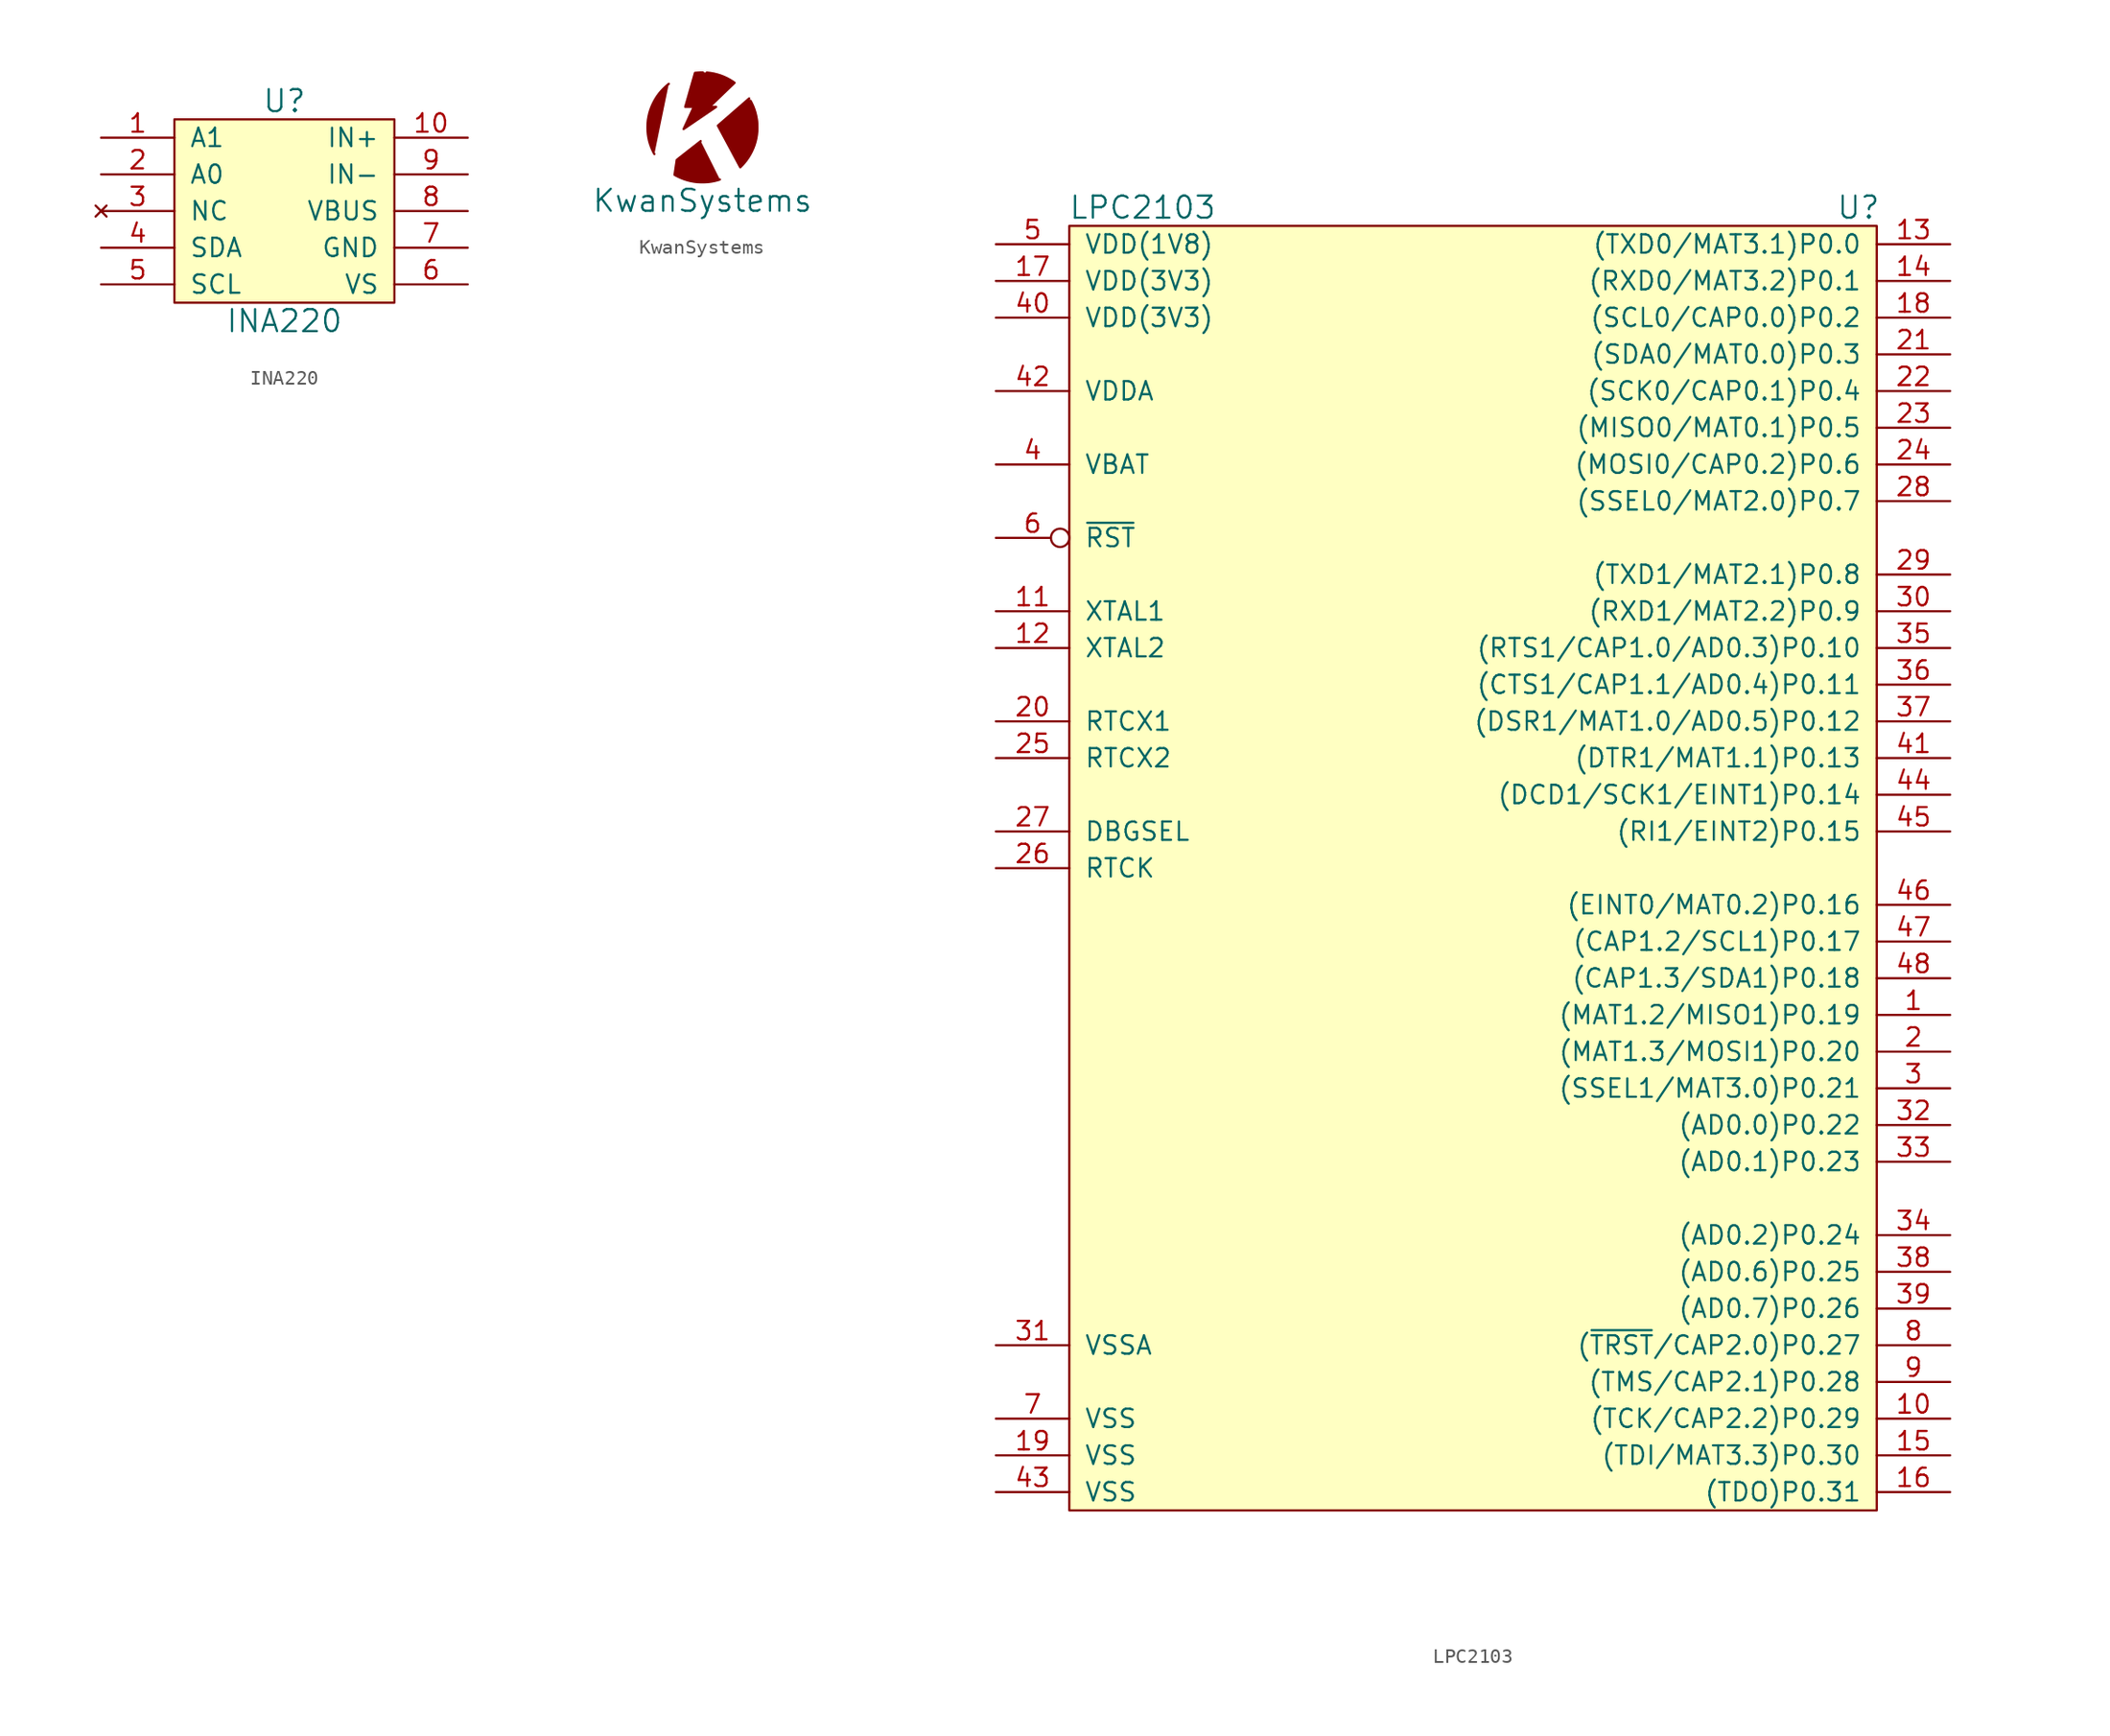
<source format=kicad_sym>
(kicad_symbol_lib
  (version 20211014)
  (generator kicad_symbol_editor)
  (symbol "INA220"
    (pin_names
      (offset 1.016))
    (property "Reference" "U"
      (at 0 7.62 0)
      (effects (font (size 1.524 1.524))))
    (property "Value" "INA220"
      (at 0 -7.62 0)
      (effects (font (size 1.524 1.524))))
    (symbol "INA220_0_1"
      (rectangle (start -7.62 6.35) (end 7.62 -6.35) (stroke (width 0) (type default) (color 0 0 0 0)) (fill (type background))))
    (symbol "INA220_1_1"
      (pin input line (at -12.7 5.08 0) (length 5.08) (name "A1" (effects (font (size 1.27 1.27)))) (number "1" (effects (font (size 1.27 1.27)))))
      (pin passive line (at 12.7 5.08 180) (length 5.08) (name "IN+" (effects (font (size 1.27 1.27)))) (number "10" (effects (font (size 1.27 1.27)))))
      (pin input line (at -12.7 2.54 0) (length 5.08) (name "A0" (effects (font (size 1.27 1.27)))) (number "2" (effects (font (size 1.27 1.27)))))
      (pin no_connect line (at -12.7 0 0) (length 5.08) (name "NC" (effects (font (size 1.27 1.27)))) (number "3" (effects (font (size 1.27 1.27)))))
      (pin bidirectional line (at -12.7 -2.54 0) (length 5.08) (name "SDA" (effects (font (size 1.27 1.27)))) (number "4" (effects (font (size 1.27 1.27)))))
      (pin bidirectional line (at -12.7 -5.08 0) (length 5.08) (name "SCL" (effects (font (size 1.27 1.27)))) (number "5" (effects (font (size 1.27 1.27)))))
      (pin power_in line (at 12.7 -5.08 180) (length 5.08) (name "VS" (effects (font (size 1.27 1.27)))) (number "6" (effects (font (size 1.27 1.27)))))
      (pin power_in line (at 12.7 -2.54 180) (length 5.08) (name "GND" (effects (font (size 1.27 1.27)))) (number "7" (effects (font (size 1.27 1.27)))))
      (pin passive line (at 12.7 0 180) (length 5.08) (name "VBUS" (effects (font (size 1.27 1.27)))) (number "8" (effects (font (size 1.27 1.27)))))
      (pin passive line (at 12.7 2.54 180) (length 5.08) (name "IN-" (effects (font (size 1.27 1.27)))) (number "9" (effects (font (size 1.27 1.27)))))))
  (symbol "KwanSystems"
    (pin_names
      (offset 1.016))
    (property "Reference" "G"
      (at 0 0 0)
      (effects (font (size 1.524 1.524)) hide))
    (property "Value" "KwanSystems"
      (at 0 -5.08 0)
      (effects (font (size 1.524 1.524))))
    (symbol "KwanSystems_0_1"
      (polyline (pts (xy 0.302 3.803) (xy 0.546 3.774) (xy 0.785 3.732) (xy 1.019 3.675) (xy 1.248 3.604) (xy 1.471 3.519) (xy 1.689 3.42) (xy 1.901 3.306) (xy 2.108 3.178) (xy 2.231 3.09) (xy 0.492 1.42) (xy 0.951 1.42) (xy -1.31 -0.12) (xy -0.599 1.42) (xy -1.194 1.42) (xy -0.519 3.78) (xy -0.389 3.793) (xy -0.181 3.806) (xy 0.033 3.811)) (stroke (width 0) (type default) (color 0 0 0 0)) (fill (type outline)))
      (polyline (pts (xy 1.212 -3.611) (xy 1.181 -3.627) (xy 1.12 -3.645) (xy 1.052 -3.666) (xy 0.846 -3.719) (xy 0.635 -3.76) (xy 0.416 -3.791) (xy 0.328 -3.799) (xy 0.123 -3.808) (xy 0.041 -3.809) (xy -0.044 -3.809) (xy -0.127 -3.808) (xy -0.339 -3.799) (xy -0.58 -3.769) (xy -0.816 -3.726) (xy -1.048 -3.667) (xy -1.275 -3.594) (xy -1.499 -3.506) (xy -1.66 -3.433) (xy -1.837 -3.343) (xy -1.934 -3.288) (xy -1.78 -2.25) (xy -0.12 -0.95)) (stroke (width 0) (type default) (color 0 0 0 0)) (fill (type outline)))
      (polyline (pts (xy -3.33 -1.85) (xy -3.404 -1.722) (xy -3.501 -1.511) (xy -3.566 -1.353) (xy -3.641 -1.138) (xy -3.702 -0.923) (xy -3.748 -0.706) (xy -3.782 -0.486) (xy -3.803 -0.261) (xy -3.81 -0.028) (xy -3.81 0) (xy -3.803 0.274) (xy -3.779 0.521) (xy -3.738 0.758) (xy -3.693 0.957) (xy -3.638 1.147) (xy -3.574 1.333) (xy -3.498 1.518) (xy -3.422 1.68) (xy -3.327 1.862) (xy -3.227 2.032) (xy -3.12 2.193) (xy -3.005 2.348) (xy -2.879 2.499) (xy -2.74 2.648) (xy -2.602 2.784) (xy -2.469 2.905) (xy -2.33 3.02)) (stroke (width 0) (type default) (color 0 0 0 0)) (fill (type outline)))
      (polyline (pts (xy 3.337 1.845) (xy 3.418 1.692) (xy 3.517 1.477) (xy 3.602 1.256) (xy 3.673 1.029) (xy 3.73 0.795) (xy 3.774 0.554) (xy 3.792 0.419) (xy 3.796 0.371) (xy 3.8 0.311) (xy 3.804 0.241) (xy 3.806 0.165) (xy 3.808 0.085) (xy 3.809 0.004) (xy 3.809 -0.074) (xy 3.808 -0.148) (xy 3.807 -0.214) (xy 3.804 -0.269) (xy 3.803 -0.282) (xy 3.777 -0.524) (xy 3.737 -0.762) (xy 3.682 -0.995) (xy 3.613 -1.224) (xy 3.529 -1.447) (xy 3.432 -1.664) (xy 3.32 -1.875) (xy 3.195 -2.081) (xy 3.056 -2.279) (xy 2.918 -2.454) (xy 2.792 -2.595) (xy 2.62 -2.77) (xy 1.07 0.12) (xy 3.24 2.01)) (stroke (width 0) (type default) (color 0 0 0 0)) (fill (type outline)))))
  (symbol "LPC2103"
    (pin_names
      (offset 1.016))
    (property "Reference" "U"
      (at 59.69 35.56 0)
      (effects (font (size 1.524 1.524))))
    (property "Value" "LPC2103"
      (at 10.16 35.56 0)
      (effects (font (size 1.524 1.524))))
    (symbol "LPC2103_0_1"
      (rectangle (start 5.08 34.29) (end 60.96 -54.61) (stroke (width 0) (type default) (color 0 0 0 0)) (fill (type background))))
    (symbol "LPC2103_1_1"
      (pin bidirectional line (at 66.04 -20.32 180) (length 5.08) (name "(MAT1.2/MISO1)P0.19" (effects (font (size 1.27 1.27)))) (number "1" (effects (font (size 1.27 1.27)))))
      (pin bidirectional line (at 66.04 -48.26 180) (length 5.08) (name "(TCK/CAP2.2)P0.29" (effects (font (size 1.27 1.27)))) (number "10" (effects (font (size 1.27 1.27)))))
      (pin input line (at 0 7.62 0) (length 5.08) (name "XTAL1" (effects (font (size 1.27 1.27)))) (number "11" (effects (font (size 1.27 1.27)))))
      (pin output line (at 0 5.08 0) (length 5.08) (name "XTAL2" (effects (font (size 1.27 1.27)))) (number "12" (effects (font (size 1.27 1.27)))))
      (pin bidirectional line (at 66.04 33.02 180) (length 5.08) (name "(TXD0/MAT3.1)P0.0" (effects (font (size 1.27 1.27)))) (number "13" (effects (font (size 1.27 1.27)))))
      (pin bidirectional line (at 66.04 30.48 180) (length 5.08) (name "(RXD0/MAT3.2)P0.1" (effects (font (size 1.27 1.27)))) (number "14" (effects (font (size 1.27 1.27)))))
      (pin bidirectional line (at 66.04 -50.8 180) (length 5.08) (name "(TDI/MAT3.3)P0.30" (effects (font (size 1.27 1.27)))) (number "15" (effects (font (size 1.27 1.27)))))
      (pin bidirectional line (at 66.04 -53.34 180) (length 5.08) (name "(TDO)P0.31" (effects (font (size 1.27 1.27)))) (number "16" (effects (font (size 1.27 1.27)))))
      (pin power_in line (at 0 30.48 0) (length 5.08) (name "VDD(3V3)" (effects (font (size 1.27 1.27)))) (number "17" (effects (font (size 1.27 1.27)))))
      (pin bidirectional line (at 66.04 27.94 180) (length 5.08) (name "(SCL0/CAP0.0)P0.2" (effects (font (size 1.27 1.27)))) (number "18" (effects (font (size 1.27 1.27)))))
      (pin power_in line (at 0 -50.8 0) (length 5.08) (name "VSS" (effects (font (size 1.27 1.27)))) (number "19" (effects (font (size 1.27 1.27)))))
      (pin bidirectional line (at 66.04 -22.86 180) (length 5.08) (name "(MAT1.3/MOSI1)P0.20" (effects (font (size 1.27 1.27)))) (number "2" (effects (font (size 1.27 1.27)))))
      (pin input line (at 0 0 0) (length 5.08) (name "RTCX1" (effects (font (size 1.27 1.27)))) (number "20" (effects (font (size 1.27 1.27)))))
      (pin bidirectional line (at 66.04 25.4 180) (length 5.08) (name "(SDA0/MAT0.0)P0.3" (effects (font (size 1.27 1.27)))) (number "21" (effects (font (size 1.27 1.27)))))
      (pin bidirectional line (at 66.04 22.86 180) (length 5.08) (name "(SCK0/CAP0.1)P0.4" (effects (font (size 1.27 1.27)))) (number "22" (effects (font (size 1.27 1.27)))))
      (pin bidirectional line (at 66.04 20.32 180) (length 5.08) (name "(MISO0/MAT0.1)P0.5" (effects (font (size 1.27 1.27)))) (number "23" (effects (font (size 1.27 1.27)))))
      (pin bidirectional line (at 66.04 17.78 180) (length 5.08) (name "(MOSI0/CAP0.2)P0.6" (effects (font (size 1.27 1.27)))) (number "24" (effects (font (size 1.27 1.27)))))
      (pin output line (at 0 -2.54 0) (length 5.08) (name "RTCX2" (effects (font (size 1.27 1.27)))) (number "25" (effects (font (size 1.27 1.27)))))
      (pin bidirectional line (at 0 -10.16 0) (length 5.08) (name "RTCK" (effects (font (size 1.27 1.27)))) (number "26" (effects (font (size 1.27 1.27)))))
      (pin input line (at 0 -7.62 0) (length 5.08) (name "DBGSEL" (effects (font (size 1.27 1.27)))) (number "27" (effects (font (size 1.27 1.27)))))
      (pin bidirectional line (at 66.04 15.24 180) (length 5.08) (name "(SSEL0/MAT2.0)P0.7" (effects (font (size 1.27 1.27)))) (number "28" (effects (font (size 1.27 1.27)))))
      (pin bidirectional line (at 66.04 10.16 180) (length 5.08) (name "(TXD1/MAT2.1)P0.8" (effects (font (size 1.27 1.27)))) (number "29" (effects (font (size 1.27 1.27)))))
      (pin bidirectional line (at 66.04 -25.4 180) (length 5.08) (name "(SSEL1/MAT3.0)P0.21" (effects (font (size 1.27 1.27)))) (number "3" (effects (font (size 1.27 1.27)))))
      (pin bidirectional line (at 66.04 7.62 180) (length 5.08) (name "(RXD1/MAT2.2)P0.9" (effects (font (size 1.27 1.27)))) (number "30" (effects (font (size 1.27 1.27)))))
      (pin power_in line (at 0 -43.18 0) (length 5.08) (name "VSSA" (effects (font (size 1.27 1.27)))) (number "31" (effects (font (size 1.27 1.27)))))
      (pin bidirectional line (at 66.04 -27.94 180) (length 5.08) (name "(AD0.0)P0.22" (effects (font (size 1.27 1.27)))) (number "32" (effects (font (size 1.27 1.27)))))
      (pin bidirectional line (at 66.04 -30.48 180) (length 5.08) (name "(AD0.1)P0.23" (effects (font (size 1.27 1.27)))) (number "33" (effects (font (size 1.27 1.27)))))
      (pin bidirectional line (at 66.04 -35.56 180) (length 5.08) (name "(AD0.2)P0.24" (effects (font (size 1.27 1.27)))) (number "34" (effects (font (size 1.27 1.27)))))
      (pin bidirectional line (at 66.04 5.08 180) (length 5.08) (name "(RTS1/CAP1.0/AD0.3)P0.10" (effects (font (size 1.27 1.27)))) (number "35" (effects (font (size 1.27 1.27)))))
      (pin bidirectional line (at 66.04 2.54 180) (length 5.08) (name "(CTS1/CAP1.1/AD0.4)P0.11" (effects (font (size 1.27 1.27)))) (number "36" (effects (font (size 1.27 1.27)))))
      (pin bidirectional line (at 66.04 0 180) (length 5.08) (name "(DSR1/MAT1.0/AD0.5)P0.12" (effects (font (size 1.27 1.27)))) (number "37" (effects (font (size 1.27 1.27)))))
      (pin bidirectional line (at 66.04 -38.1 180) (length 5.08) (name "(AD0.6)P0.25" (effects (font (size 1.27 1.27)))) (number "38" (effects (font (size 1.27 1.27)))))
      (pin bidirectional line (at 66.04 -40.64 180) (length 5.08) (name "(AD0.7)P0.26" (effects (font (size 1.27 1.27)))) (number "39" (effects (font (size 1.27 1.27)))))
      (pin power_in line (at 0 17.78 0) (length 5.08) (name "VBAT" (effects (font (size 1.27 1.27)))) (number "4" (effects (font (size 1.27 1.27)))))
      (pin power_in line (at 0 27.94 0) (length 5.08) (name "VDD(3V3)" (effects (font (size 1.27 1.27)))) (number "40" (effects (font (size 1.27 1.27)))))
      (pin bidirectional line (at 66.04 -2.54 180) (length 5.08) (name "(DTR1/MAT1.1)P0.13" (effects (font (size 1.27 1.27)))) (number "41" (effects (font (size 1.27 1.27)))))
      (pin power_in line (at 0 22.86 0) (length 5.08) (name "VDDA" (effects (font (size 1.27 1.27)))) (number "42" (effects (font (size 1.27 1.27)))))
      (pin power_in line (at 0 -53.34 0) (length 5.08) (name "VSS" (effects (font (size 1.27 1.27)))) (number "43" (effects (font (size 1.27 1.27)))))
      (pin bidirectional line (at 66.04 -5.08 180) (length 5.08) (name "(DCD1/SCK1/EINT1)P0.14" (effects (font (size 1.27 1.27)))) (number "44" (effects (font (size 1.27 1.27)))))
      (pin bidirectional line (at 66.04 -7.62 180) (length 5.08) (name "(RI1/EINT2)P0.15" (effects (font (size 1.27 1.27)))) (number "45" (effects (font (size 1.27 1.27)))))
      (pin bidirectional line (at 66.04 -12.7 180) (length 5.08) (name "(EINT0/MAT0.2)P0.16" (effects (font (size 1.27 1.27)))) (number "46" (effects (font (size 1.27 1.27)))))
      (pin bidirectional line (at 66.04 -15.24 180) (length 5.08) (name "(CAP1.2/SCL1)P0.17" (effects (font (size 1.27 1.27)))) (number "47" (effects (font (size 1.27 1.27)))))
      (pin bidirectional line (at 66.04 -17.78 180) (length 5.08) (name "(CAP1.3/SDA1)P0.18" (effects (font (size 1.27 1.27)))) (number "48" (effects (font (size 1.27 1.27)))))
      (pin power_in line (at 0 33.02 0) (length 5.08) (name "VDD(1V8)" (effects (font (size 1.27 1.27)))) (number "5" (effects (font (size 1.27 1.27)))))
      (pin bidirectional inverted (at 0 12.7 0) (length 5.08) (name "~{RST}" (effects (font (size 1.27 1.27)))) (number "6" (effects (font (size 1.27 1.27)))))
      (pin power_in line (at 0 -48.26 0) (length 5.08) (name "VSS" (effects (font (size 1.27 1.27)))) (number "7" (effects (font (size 1.27 1.27)))))
      (pin bidirectional line (at 66.04 -43.18 180) (length 5.08) (name "(~{TRST}/CAP2.0)P0.27" (effects (font (size 1.27 1.27)))) (number "8" (effects (font (size 1.27 1.27)))))
      (pin bidirectional line (at 66.04 -45.72 180) (length 5.08) (name "(TMS/CAP2.1)P0.28" (effects (font (size 1.27 1.27)))) (number "9" (effects (font (size 1.27 1.27))))))))
</source>
